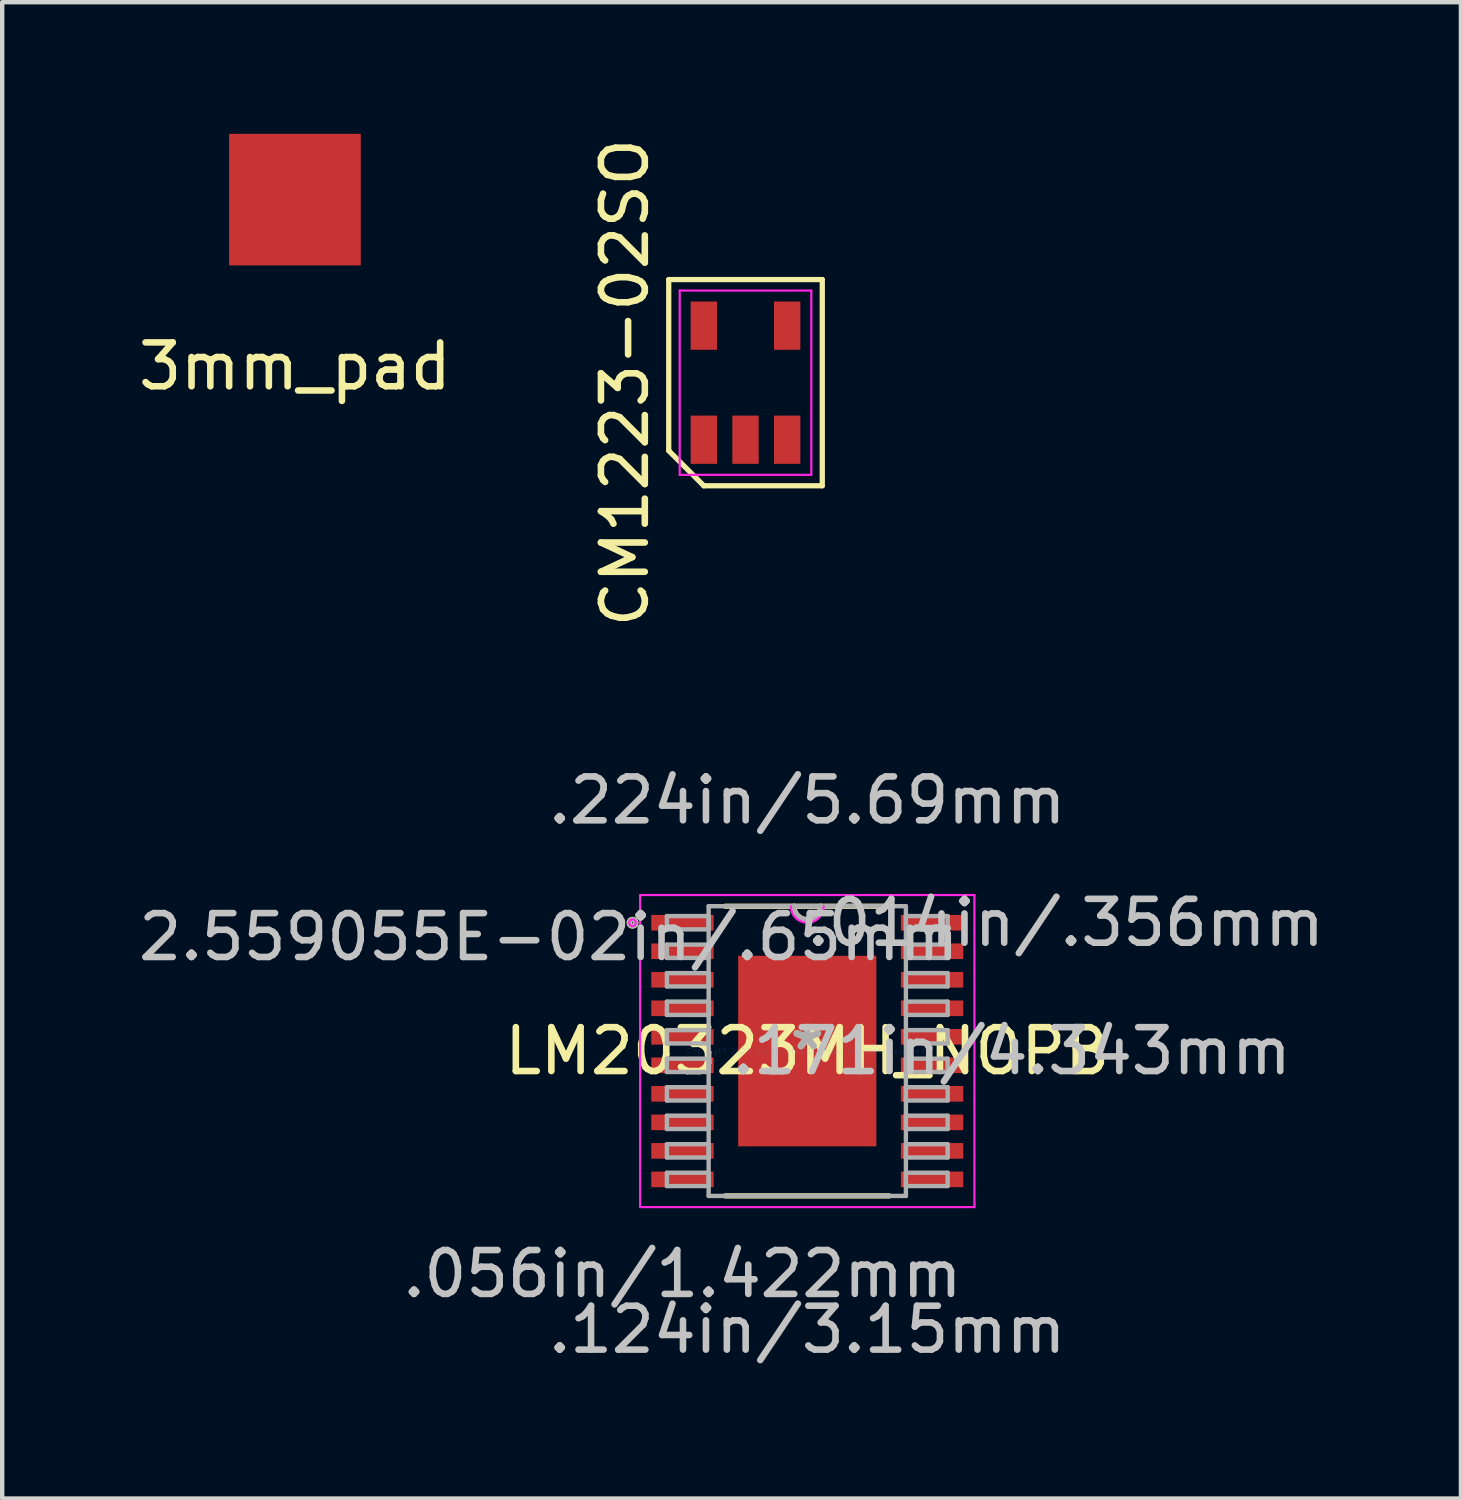
<source format=kicad_pcb>
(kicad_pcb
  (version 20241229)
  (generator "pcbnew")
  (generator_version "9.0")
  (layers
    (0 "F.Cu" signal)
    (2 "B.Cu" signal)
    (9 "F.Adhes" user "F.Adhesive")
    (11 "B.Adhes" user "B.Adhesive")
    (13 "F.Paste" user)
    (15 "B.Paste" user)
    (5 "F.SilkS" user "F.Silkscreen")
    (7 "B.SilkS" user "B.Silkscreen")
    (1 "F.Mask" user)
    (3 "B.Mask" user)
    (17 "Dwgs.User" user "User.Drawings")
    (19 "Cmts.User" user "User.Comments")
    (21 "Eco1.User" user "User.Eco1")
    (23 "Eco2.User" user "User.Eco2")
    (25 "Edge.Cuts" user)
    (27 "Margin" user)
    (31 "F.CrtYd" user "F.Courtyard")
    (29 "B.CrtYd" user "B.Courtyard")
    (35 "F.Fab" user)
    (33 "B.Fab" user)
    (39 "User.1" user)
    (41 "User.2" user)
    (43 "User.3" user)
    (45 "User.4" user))
  (footprint "LM20323MH_NOPB"
    (layer "F.Cu")
    (at 15.351 20.908)
    (property "Reference" "LM20323MH_NOPB" (at 0 0 0) (layer "F.SilkS") (effects (font (size 1 1) (thickness 0.15))))
    (attr through_hole)
    (fp_line (start -1.867 3.302) (end 1.867 3.302) (stroke (width 0.12) (type solid)) (layer "F.SilkS"))
    (fp_line (start 1.867 -3.302) (end -1.867 -3.302) (stroke (width 0.12) (type solid)) (layer "F.SilkS"))
    (fp_arc (start 0.3048 -3.302) (mid 0 -2.9972) (end -0.3048 -3.302) (stroke (width 0.12) (type solid)) (layer "F.SilkS"))
    (fp_circle (center -3.983 -2.925) (end -3.906 -2.925) (stroke (width 0.12) (type solid)) (fill no) (layer "F.SilkS"))
    (fp_line (start -3.81 -3.556) (end 3.81 -3.556) (stroke (width 0.05) (type solid)) (layer "F.CrtYd"))
    (fp_line (start -3.81 3.556) (end -3.81 -3.556) (stroke (width 0.05) (type solid)) (layer "F.CrtYd"))
    (fp_line (start 3.81 -3.556) (end 3.81 3.556) (stroke (width 0.05) (type solid)) (layer "F.CrtYd"))
    (fp_line (start 3.81 3.556) (end -3.81 3.556) (stroke (width 0.05) (type solid)) (layer "F.CrtYd"))
    (fp_arc (start 0.37465 -3.302) (mid 0 -2.92735) (end -0.37465 -3.302) (stroke (width 0.05) (type solid)) (layer "F.CrtYd"))
    (fp_circle (center -3.983 -2.925) (end -3.906 -2.925) (stroke (width 0.05) (type solid)) (fill no) (layer "F.CrtYd"))
    (fp_line (start -3.2 -3.077) (end -3.2 -2.773) (stroke (width 0.1) (type solid)) (layer "F.Fab"))
    (fp_line (start -3.2 -2.773) (end -2.248 -2.773) (stroke (width 0.1) (type solid)) (layer "F.Fab"))
    (fp_line (start -3.2 -2.427) (end -3.2 -2.123) (stroke (width 0.1) (type solid)) (layer "F.Fab"))
    (fp_line (start -3.2 -2.123) (end -2.248 -2.123) (stroke (width 0.1) (type solid)) (layer "F.Fab"))
    (fp_line (start -3.2 -1.777) (end -3.2 -1.473) (stroke (width 0.1) (type solid)) (layer "F.Fab"))
    (fp_line (start -3.2 -1.473) (end -2.248 -1.473) (stroke (width 0.1) (type solid)) (layer "F.Fab"))
    (fp_line (start -3.2 -1.127) (end -3.2 -0.823) (stroke (width 0.1) (type solid)) (layer "F.Fab"))
    (fp_line (start -3.2 -0.823) (end -2.248 -0.823) (stroke (width 0.1) (type solid)) (layer "F.Fab"))
    (fp_line (start -3.2 -0.477) (end -3.2 -0.173) (stroke (width 0.1) (type solid)) (layer "F.Fab"))
    (fp_line (start -3.2 -0.173) (end -2.248 -0.173) (stroke (width 0.1) (type solid)) (layer "F.Fab"))
    (fp_line (start -3.2 0.173) (end -3.2 0.477) (stroke (width 0.1) (type solid)) (layer "F.Fab"))
    (fp_line (start -3.2 0.477) (end -2.248 0.477) (stroke (width 0.1) (type solid)) (layer "F.Fab"))
    (fp_line (start -3.2 0.823) (end -3.2 1.127) (stroke (width 0.1) (type solid)) (layer "F.Fab"))
    (fp_line (start -3.2 1.127) (end -2.248 1.127) (stroke (width 0.1) (type solid)) (layer "F.Fab"))
    (fp_line (start -3.2 1.473) (end -3.2 1.777) (stroke (width 0.1) (type solid)) (layer "F.Fab"))
    (fp_line (start -3.2 1.777) (end -2.248 1.777) (stroke (width 0.1) (type solid)) (layer "F.Fab"))
    (fp_line (start -3.2 2.123) (end -3.2 2.427) (stroke (width 0.1) (type solid)) (layer "F.Fab"))
    (fp_line (start -3.2 2.427) (end -2.248 2.427) (stroke (width 0.1) (type solid)) (layer "F.Fab"))
    (fp_line (start -3.2 2.773) (end -3.2 3.077) (stroke (width 0.1) (type solid)) (layer "F.Fab"))
    (fp_line (start -3.2 3.077) (end -2.248 3.077) (stroke (width 0.1) (type solid)) (layer "F.Fab"))
    (fp_line (start -2.248 -3.302) (end -2.248 3.302) (stroke (width 0.1) (type solid)) (layer "F.Fab"))
    (fp_line (start -2.248 -3.077) (end -3.2 -3.077) (stroke (width 0.1) (type solid)) (layer "F.Fab"))
    (fp_line (start -2.248 -2.773) (end -2.248 -3.077) (stroke (width 0.1) (type solid)) (layer "F.Fab"))
    (fp_line (start -2.248 -2.427) (end -3.2 -2.427) (stroke (width 0.1) (type solid)) (layer "F.Fab"))
    (fp_line (start -2.248 -2.123) (end -2.248 -2.427) (stroke (width 0.1) (type solid)) (layer "F.Fab"))
    (fp_line (start -2.248 -1.777) (end -3.2 -1.777) (stroke (width 0.1) (type solid)) (layer "F.Fab"))
    (fp_line (start -2.248 -1.473) (end -2.248 -1.777) (stroke (width 0.1) (type solid)) (layer "F.Fab"))
    (fp_line (start -2.248 -1.127) (end -3.2 -1.127) (stroke (width 0.1) (type solid)) (layer "F.Fab"))
    (fp_line (start -2.248 -0.823) (end -2.248 -1.127) (stroke (width 0.1) (type solid)) (layer "F.Fab"))
    (fp_line (start -2.248 -0.477) (end -3.2 -0.477) (stroke (width 0.1) (type solid)) (layer "F.Fab"))
    (fp_line (start -2.248 -0.173) (end -2.248 -0.477) (stroke (width 0.1) (type solid)) (layer "F.Fab"))
    (fp_line (start -2.248 0.173) (end -3.2 0.173) (stroke (width 0.1) (type solid)) (layer "F.Fab"))
    (fp_line (start -2.248 0.477) (end -2.248 0.173) (stroke (width 0.1) (type solid)) (layer "F.Fab"))
    (fp_line (start -2.248 0.823) (end -3.2 0.823) (stroke (width 0.1) (type solid)) (layer "F.Fab"))
    (fp_line (start -2.248 1.127) (end -2.248 0.823) (stroke (width 0.1) (type solid)) (layer "F.Fab"))
    (fp_line (start -2.248 1.473) (end -3.2 1.473) (stroke (width 0.1) (type solid)) (layer "F.Fab"))
    (fp_line (start -2.248 1.777) (end -2.248 1.473) (stroke (width 0.1) (type solid)) (layer "F.Fab"))
    (fp_line (start -2.248 2.123) (end -3.2 2.123) (stroke (width 0.1) (type solid)) (layer "F.Fab"))
    (fp_line (start -2.248 2.427) (end -2.248 2.123) (stroke (width 0.1) (type solid)) (layer "F.Fab"))
    (fp_line (start -2.248 2.773) (end -3.2 2.773) (stroke (width 0.1) (type solid)) (layer "F.Fab"))
    (fp_line (start -2.248 3.077) (end -2.248 2.773) (stroke (width 0.1) (type solid)) (layer "F.Fab"))
    (fp_line (start -2.248 3.302) (end 2.248 3.302) (stroke (width 0.1) (type solid)) (layer "F.Fab"))
    (fp_line (start 2.248 -3.302) (end -2.248 -3.302) (stroke (width 0.1) (type solid)) (layer "F.Fab"))
    (fp_line (start 2.248 -3.077) (end 2.248 -2.773) (stroke (width 0.1) (type solid)) (layer "F.Fab"))
    (fp_line (start 2.248 -2.773) (end 3.2 -2.773) (stroke (width 0.1) (type solid)) (layer "F.Fab"))
    (fp_line (start 2.248 -2.427) (end 2.248 -2.123) (stroke (width 0.1) (type solid)) (layer "F.Fab"))
    (fp_line (start 2.248 -2.123) (end 3.2 -2.123) (stroke (width 0.1) (type solid)) (layer "F.Fab"))
    (fp_line (start 2.248 -1.777) (end 2.248 -1.473) (stroke (width 0.1) (type solid)) (layer "F.Fab"))
    (fp_line (start 2.248 -1.473) (end 3.2 -1.473) (stroke (width 0.1) (type solid)) (layer "F.Fab"))
    (fp_line (start 2.248 -1.127) (end 2.248 -0.823) (stroke (width 0.1) (type solid)) (layer "F.Fab"))
    (fp_line (start 2.248 -0.823) (end 3.2 -0.823) (stroke (width 0.1) (type solid)) (layer "F.Fab"))
    (fp_line (start 2.248 -0.477) (end 2.248 -0.173) (stroke (width 0.1) (type solid)) (layer "F.Fab"))
    (fp_line (start 2.248 -0.173) (end 3.2 -0.173) (stroke (width 0.1) (type solid)) (layer "F.Fab"))
    (fp_line (start 2.248 0.173) (end 2.248 0.477) (stroke (width 0.1) (type solid)) (layer "F.Fab"))
    (fp_line (start 2.248 0.477) (end 3.2 0.477) (stroke (width 0.1) (type solid)) (layer "F.Fab"))
    (fp_line (start 2.248 0.823) (end 2.248 1.127) (stroke (width 0.1) (type solid)) (layer "F.Fab"))
    (fp_line (start 2.248 1.127) (end 3.2 1.127) (stroke (width 0.1) (type solid)) (layer "F.Fab"))
    (fp_line (start 2.248 1.473) (end 2.248 1.777) (stroke (width 0.1) (type solid)) (layer "F.Fab"))
    (fp_line (start 2.248 1.777) (end 3.2 1.777) (stroke (width 0.1) (type solid)) (layer "F.Fab"))
    (fp_line (start 2.248 2.123) (end 2.248 2.427) (stroke (width 0.1) (type solid)) (layer "F.Fab"))
    (fp_line (start 2.248 2.427) (end 3.2 2.427) (stroke (width 0.1) (type solid)) (layer "F.Fab"))
    (fp_line (start 2.248 2.773) (end 2.248 3.077) (stroke (width 0.1) (type solid)) (layer "F.Fab"))
    (fp_line (start 2.248 3.077) (end 3.2 3.077) (stroke (width 0.1) (type solid)) (layer "F.Fab"))
    (fp_line (start 2.248 3.302) (end 2.248 -3.302) (stroke (width 0.1) (type solid)) (layer "F.Fab"))
    (fp_line (start 3.2 -3.077) (end 2.248 -3.077) (stroke (width 0.1) (type solid)) (layer "F.Fab"))
    (fp_line (start 3.2 -2.773) (end 3.2 -3.077) (stroke (width 0.1) (type solid)) (layer "F.Fab"))
    (fp_line (start 3.2 -2.427) (end 2.248 -2.427) (stroke (width 0.1) (type solid)) (layer "F.Fab"))
    (fp_line (start 3.2 -2.123) (end 3.2 -2.427) (stroke (width 0.1) (type solid)) (layer "F.Fab"))
    (fp_line (start 3.2 -1.777) (end 2.248 -1.777) (stroke (width 0.1) (type solid)) (layer "F.Fab"))
    (fp_line (start 3.2 -1.473) (end 3.2 -1.777) (stroke (width 0.1) (type solid)) (layer "F.Fab"))
    (fp_line (start 3.2 -1.127) (end 2.248 -1.127) (stroke (width 0.1) (type solid)) (layer "F.Fab"))
    (fp_line (start 3.2 -0.823) (end 3.2 -1.127) (stroke (width 0.1) (type solid)) (layer "F.Fab"))
    (fp_line (start 3.2 -0.477) (end 2.248 -0.477) (stroke (width 0.1) (type solid)) (layer "F.Fab"))
    (fp_line (start 3.2 -0.173) (end 3.2 -0.477) (stroke (width 0.1) (type solid)) (layer "F.Fab"))
    (fp_line (start 3.2 0.173) (end 2.248 0.173) (stroke (width 0.1) (type solid)) (layer "F.Fab"))
    (fp_line (start 3.2 0.477) (end 3.2 0.173) (stroke (width 0.1) (type solid)) (layer "F.Fab"))
    (fp_line (start 3.2 0.823) (end 2.248 0.823) (stroke (width 0.1) (type solid)) (layer "F.Fab"))
    (fp_line (start 3.2 1.127) (end 3.2 0.823) (stroke (width 0.1) (type solid)) (layer "F.Fab"))
    (fp_line (start 3.2 1.473) (end 2.248 1.473) (stroke (width 0.1) (type solid)) (layer "F.Fab"))
    (fp_line (start 3.2 1.777) (end 3.2 1.473) (stroke (width 0.1) (type solid)) (layer "F.Fab"))
    (fp_line (start 3.2 2.123) (end 2.248 2.123) (stroke (width 0.1) (type solid)) (layer "F.Fab"))
    (fp_line (start 3.2 2.427) (end 3.2 2.123) (stroke (width 0.1) (type solid)) (layer "F.Fab"))
    (fp_line (start 3.2 2.773) (end 2.248 2.773) (stroke (width 0.1) (type solid)) (layer "F.Fab"))
    (fp_line (start 3.2 3.077) (end 3.2 2.773) (stroke (width 0.1) (type solid)) (layer "F.Fab"))
    (fp_arc (start 0.3048 -3.302) (mid 0 -2.9972) (end -0.3048 -3.302) (stroke (width 0.1) (type solid)) (layer "F.Fab"))
    (fp_circle (center -3.983 -2.925) (end -3.906 -2.925) (stroke (width 0.1) (type solid)) (fill no) (layer "F.Fab"))
    (fp_text user "*" (at 0 0 0) (layer "F.SilkS") (effects (font (size 1 1) (thickness 0.15))))
    (fp_text user "2.559055E-02in/.65mm" (at -5.893 -2.6 0) (layer "Dwgs.User") (effects (font (size 1 1) (thickness 0.15))))
    (fp_text user ".056in/1.422mm" (at -2.845 5.08 0) (layer "Dwgs.User") (effects (font (size 1 1) (thickness 0.15))))
    (fp_text user ".171in/4.343mm" (at 4.661 0 0) (layer "Dwgs.User") (effects (font (size 1 1) (thickness 0.15))))
    (fp_text user ".014in/.356mm" (at 5.893 -2.925 0) (layer "Dwgs.User") (effects (font (size 1 1) (thickness 0.15))))
    (fp_text user ".224in/5.69mm" (at 0 -5.715 0) (layer "Dwgs.User") (effects (font (size 1 1) (thickness 0.15))))
    (fp_text user ".124in/3.15mm" (at 0 6.35 0) (layer "Dwgs.User") (effects (font (size 1 1) (thickness 0.15))))
    (fp_text user "Copyright 2021 Accelerated Designs. All rights reserved." (at 0 0 0) (layer "Cmts.User") (effects (font (size 0.127 0.127) (thickness 0.002))))
    (fp_text user "*" (at 0 0 0) (layer "F.Fab") (effects (font (size 1 1) (thickness 0.15))))
    (pad "1" smd rect (at -2.845 -2.925) (size 1.422 0.356) (layers "F.Cu" "F.Mask" "F.Paste"))
    (pad "2" smd rect (at -2.845 -2.275) (size 1.422 0.356) (layers "F.Cu" "F.Mask" "F.Paste"))
    (pad "3" smd rect (at -2.845 -1.625) (size 1.422 0.356) (layers "F.Cu" "F.Mask" "F.Paste"))
    (pad "4" smd rect (at -2.845 -0.975) (size 1.422 0.356) (layers "F.Cu" "F.Mask" "F.Paste"))
    (pad "5" smd rect (at -2.845 -0.325) (size 1.422 0.356) (layers "F.Cu" "F.Mask" "F.Paste"))
    (pad "6" smd rect (at -2.845 0.325) (size 1.422 0.356) (layers "F.Cu" "F.Mask" "F.Paste"))
    (pad "7" smd rect (at -2.845 0.975) (size 1.422 0.356) (layers "F.Cu" "F.Mask" "F.Paste"))
    (pad "8" smd rect (at -2.845 1.625) (size 1.422 0.356) (layers "F.Cu" "F.Mask" "F.Paste"))
    (pad "9" smd rect (at -2.845 2.275) (size 1.422 0.356) (layers "F.Cu" "F.Mask" "F.Paste"))
    (pad "10" smd rect (at -2.845 2.925) (size 1.422 0.356) (layers "F.Cu" "F.Mask" "F.Paste"))
    (pad "11" smd rect (at 2.845 2.925) (size 1.422 0.356) (layers "F.Cu" "F.Mask" "F.Paste"))
    (pad "12" smd rect (at 2.845 2.275) (size 1.422 0.356) (layers "F.Cu" "F.Mask" "F.Paste"))
    (pad "13" smd rect (at 2.845 1.625) (size 1.422 0.356) (layers "F.Cu" "F.Mask" "F.Paste"))
    (pad "14" smd rect (at 2.845 0.975) (size 1.422 0.356) (layers "F.Cu" "F.Mask" "F.Paste"))
    (pad "15" smd rect (at 2.845 0.325) (size 1.422 0.356) (layers "F.Cu" "F.Mask" "F.Paste"))
    (pad "16" smd rect (at 2.845 -0.325) (size 1.422 0.356) (layers "F.Cu" "F.Mask" "F.Paste"))
    (pad "17" smd rect (at 2.845 -0.975) (size 1.422 0.356) (layers "F.Cu" "F.Mask" "F.Paste"))
    (pad "18" smd rect (at 2.845 -1.625) (size 1.422 0.356) (layers "F.Cu" "F.Mask" "F.Paste"))
    (pad "19" smd rect (at 2.845 -2.275) (size 1.422 0.356) (layers "F.Cu" "F.Mask" "F.Paste"))
    (pad "20" smd rect (at 2.845 -2.925) (size 1.422 0.356) (layers "F.Cu" "F.Mask" "F.Paste"))
    (pad "21" smd rect (at 0 0) (size 3.15 4.343) (layers "F.Cu" "F.Mask" "F.Paste")))
  (footprint "3mm_pad"
    (layer "F.Cu")
    (at 3.673 1.5)
    (property "Reference" "3mm_pad" (at 0 3.8 0) (layer "F.SilkS") (effects (font (size 1 1) (thickness 0.15))))
    (attr through_hole)
    (pad "1" smd rect (at 0 0) (size 3 3) (layers "F.Cu" "F.Mask" "F.Paste")))
  (footprint "CM1223-02SO"
    (layer "F.Cu")
    (at 13.943 5.673)
    (property "Reference" "CM1223-02SO" (at -2.75 0 90) (layer "F.SilkS") (effects (font (size 1 1) (thickness 0.15))))
    (attr smd)
    (fp_line (start -1.75 -2.35) (end 1.75 -2.35) (stroke (width 0.12) (type solid)) (layer "F.SilkS"))
    (fp_line (start -1.75 1.55) (end -1.75 -2.35) (stroke (width 0.12) (type solid)) (layer "F.SilkS"))
    (fp_line (start -0.95 2.35) (end -1.75 1.55) (stroke (width 0.12) (type solid)) (layer "F.SilkS"))
    (fp_line (start 1.75 -2.35) (end 1.75 2.35) (stroke (width 0.12) (type solid)) (layer "F.SilkS"))
    (fp_line (start 1.75 2.35) (end -0.95 2.35) (stroke (width 0.12) (type solid)) (layer "F.SilkS"))
    (fp_line (start -1.5 -2.1) (end 1.5 -2.1) (stroke (width 0.05) (type solid)) (layer "F.CrtYd"))
    (fp_line (start -1.5 2.1) (end -1.5 -2.1) (stroke (width 0.05) (type solid)) (layer "F.CrtYd"))
    (fp_line (start 1.5 -2.1) (end 1.5 2.1) (stroke (width 0.05) (type solid)) (layer "F.CrtYd"))
    (fp_line (start 1.5 2.1) (end -1.5 2.1) (stroke (width 0.05) (type solid)) (layer "F.CrtYd"))
    (pad "1" smd rect (at -0.95 1.3) (size 0.6 1.1) (layers "F.Cu" "F.Mask" "F.Paste"))
    (pad "2" smd rect (at 0 1.3) (size 0.6 1.1) (layers "F.Cu" "F.Mask" "F.Paste"))
    (pad "3" smd rect (at 0.95 1.3) (size 0.6 1.1) (layers "F.Cu" "F.Mask" "F.Paste"))
    (pad "4" smd rect (at 0.95 -1.3) (size 0.6 1.1) (layers "F.Cu" "F.Mask" "F.Paste"))
    (pad "5" smd rect (at -0.95 -1.3) (size 0.6 1.1) (layers "F.Cu" "F.Mask" "F.Paste")))
  (gr_rect
    (start -3 -3)
    (end 30.25 31.107)
    (stroke (width 0.1) (type default))
    (fill no)
    (layer "Edge.Cuts")))
</source>
